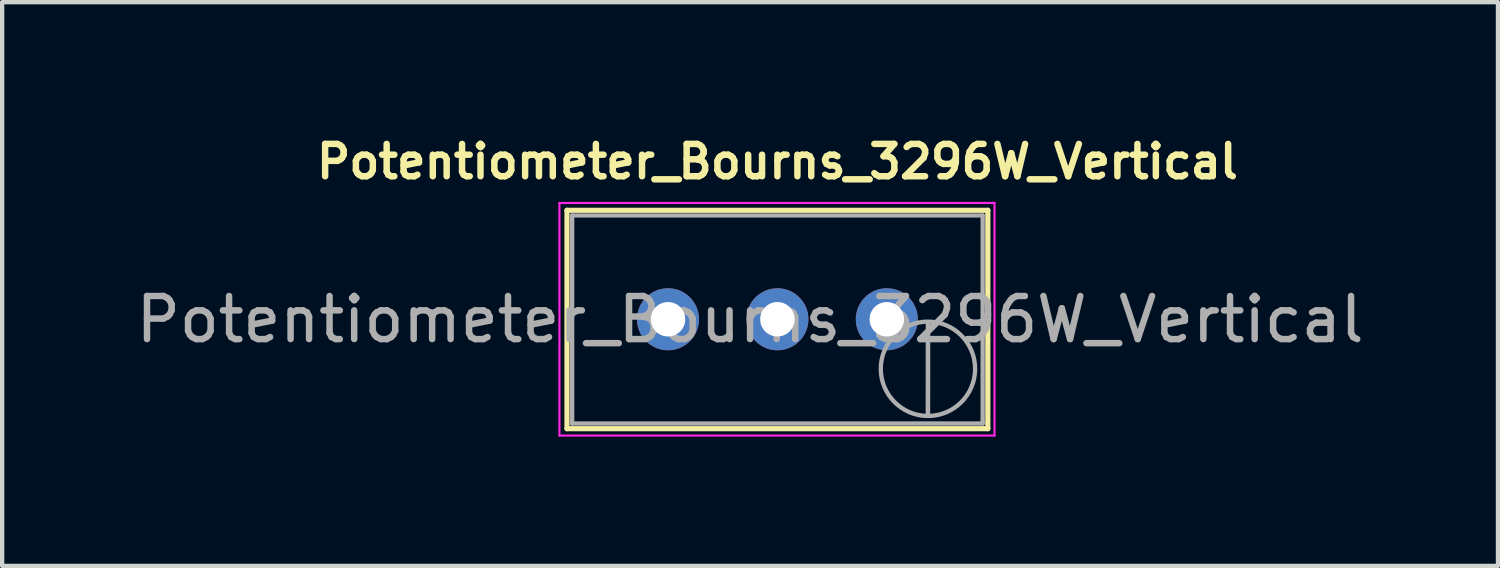
<source format=kicad_pcb>
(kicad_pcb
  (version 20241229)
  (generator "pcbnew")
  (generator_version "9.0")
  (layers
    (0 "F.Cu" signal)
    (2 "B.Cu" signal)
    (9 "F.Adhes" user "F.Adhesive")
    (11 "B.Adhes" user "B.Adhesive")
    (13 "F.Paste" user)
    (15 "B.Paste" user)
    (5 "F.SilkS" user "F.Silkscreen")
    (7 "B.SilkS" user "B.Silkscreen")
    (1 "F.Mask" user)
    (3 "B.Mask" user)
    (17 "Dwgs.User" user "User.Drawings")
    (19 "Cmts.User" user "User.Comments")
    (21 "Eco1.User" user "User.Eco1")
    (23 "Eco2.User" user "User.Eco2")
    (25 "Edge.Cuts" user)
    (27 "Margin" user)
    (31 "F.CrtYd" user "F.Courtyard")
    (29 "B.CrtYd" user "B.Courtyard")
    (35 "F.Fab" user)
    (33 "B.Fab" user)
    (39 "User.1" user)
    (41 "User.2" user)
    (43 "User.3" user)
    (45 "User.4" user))
  (footprint "Potentiometer_Bourns_3296W_Vertical"
    (layer "F.Cu")
    (at 14.998 4.362)
    (property "Reference" "Potentiometer_Bourns_3296W_Vertical" (at 0 -3.66 0) (layer "F.SilkS") (effects (font (size 0.75 0.75) (thickness 0.15))))
    (attr through_hole)
    (fp_line (start -4.885 -2.53) (end -4.885 2.54) (stroke (width 0.12) (type solid)) (layer "F.SilkS"))
    (fp_line (start -4.885 -2.53) (end 4.885 -2.53) (stroke (width 0.12) (type solid)) (layer "F.SilkS"))
    (fp_line (start -4.885 2.54) (end 4.885 2.54) (stroke (width 0.12) (type solid)) (layer "F.SilkS"))
    (fp_line (start 4.885 -2.53) (end 4.885 2.54) (stroke (width 0.12) (type solid)) (layer "F.SilkS"))
    (fp_line (start -5.06 -2.7) (end -5.06 2.7) (stroke (width 0.05) (type solid)) (layer "F.CrtYd"))
    (fp_line (start -5.06 2.7) (end 5.04 2.7) (stroke (width 0.05) (type solid)) (layer "F.CrtYd"))
    (fp_line (start 5.04 -2.7) (end -5.06 -2.7) (stroke (width 0.05) (type solid)) (layer "F.CrtYd"))
    (fp_line (start 5.04 2.7) (end 5.04 -2.7) (stroke (width 0.05) (type solid)) (layer "F.CrtYd"))
    (fp_line (start -4.765 -2.41) (end -4.765 2.42) (stroke (width 0.1) (type solid)) (layer "F.Fab"))
    (fp_line (start -4.765 2.42) (end 4.765 2.42) (stroke (width 0.1) (type solid)) (layer "F.Fab"))
    (fp_line (start 3.495 2.235) (end 3.496 0.066) (stroke (width 0.1) (type solid)) (layer "F.Fab"))
    (fp_line (start 3.495 2.235) (end 3.496 0.066) (stroke (width 0.1) (type solid)) (layer "F.Fab"))
    (fp_line (start 4.765 -2.41) (end -4.765 -2.41) (stroke (width 0.1) (type solid)) (layer "F.Fab"))
    (fp_line (start 4.765 2.42) (end 4.765 -2.41) (stroke (width 0.1) (type solid)) (layer "F.Fab"))
    (fp_circle (center 3.495 1.15) (end 4.59 1.15) (stroke (width 0.1) (type solid)) (fill no) (layer "F.Fab"))
    (fp_text user "${REFERENCE}" (at -0.635 0.005 0) (layer "F.Fab") (effects (font (size 1 1) (thickness 0.15))))
    (pad "1" thru_hole circle (at 2.54 0) (size 1.44 1.44) (drill 0.8) (layers "*.Cu" "*.Mask"))
    (pad "2" thru_hole circle (at 0 0) (size 1.44 1.44) (drill 0.8) (layers "*.Cu" "*.Mask"))
    (pad "3" thru_hole circle (at -2.54 0) (size 1.44 1.44) (drill 0.8) (layers "*.Cu" "*.Mask")))
  (gr_rect
    (start -3 -3)
    (end 31.726 10.087)
    (stroke (width 0.1) (type default))
    (fill no)
    (layer "Edge.Cuts")))
</source>
